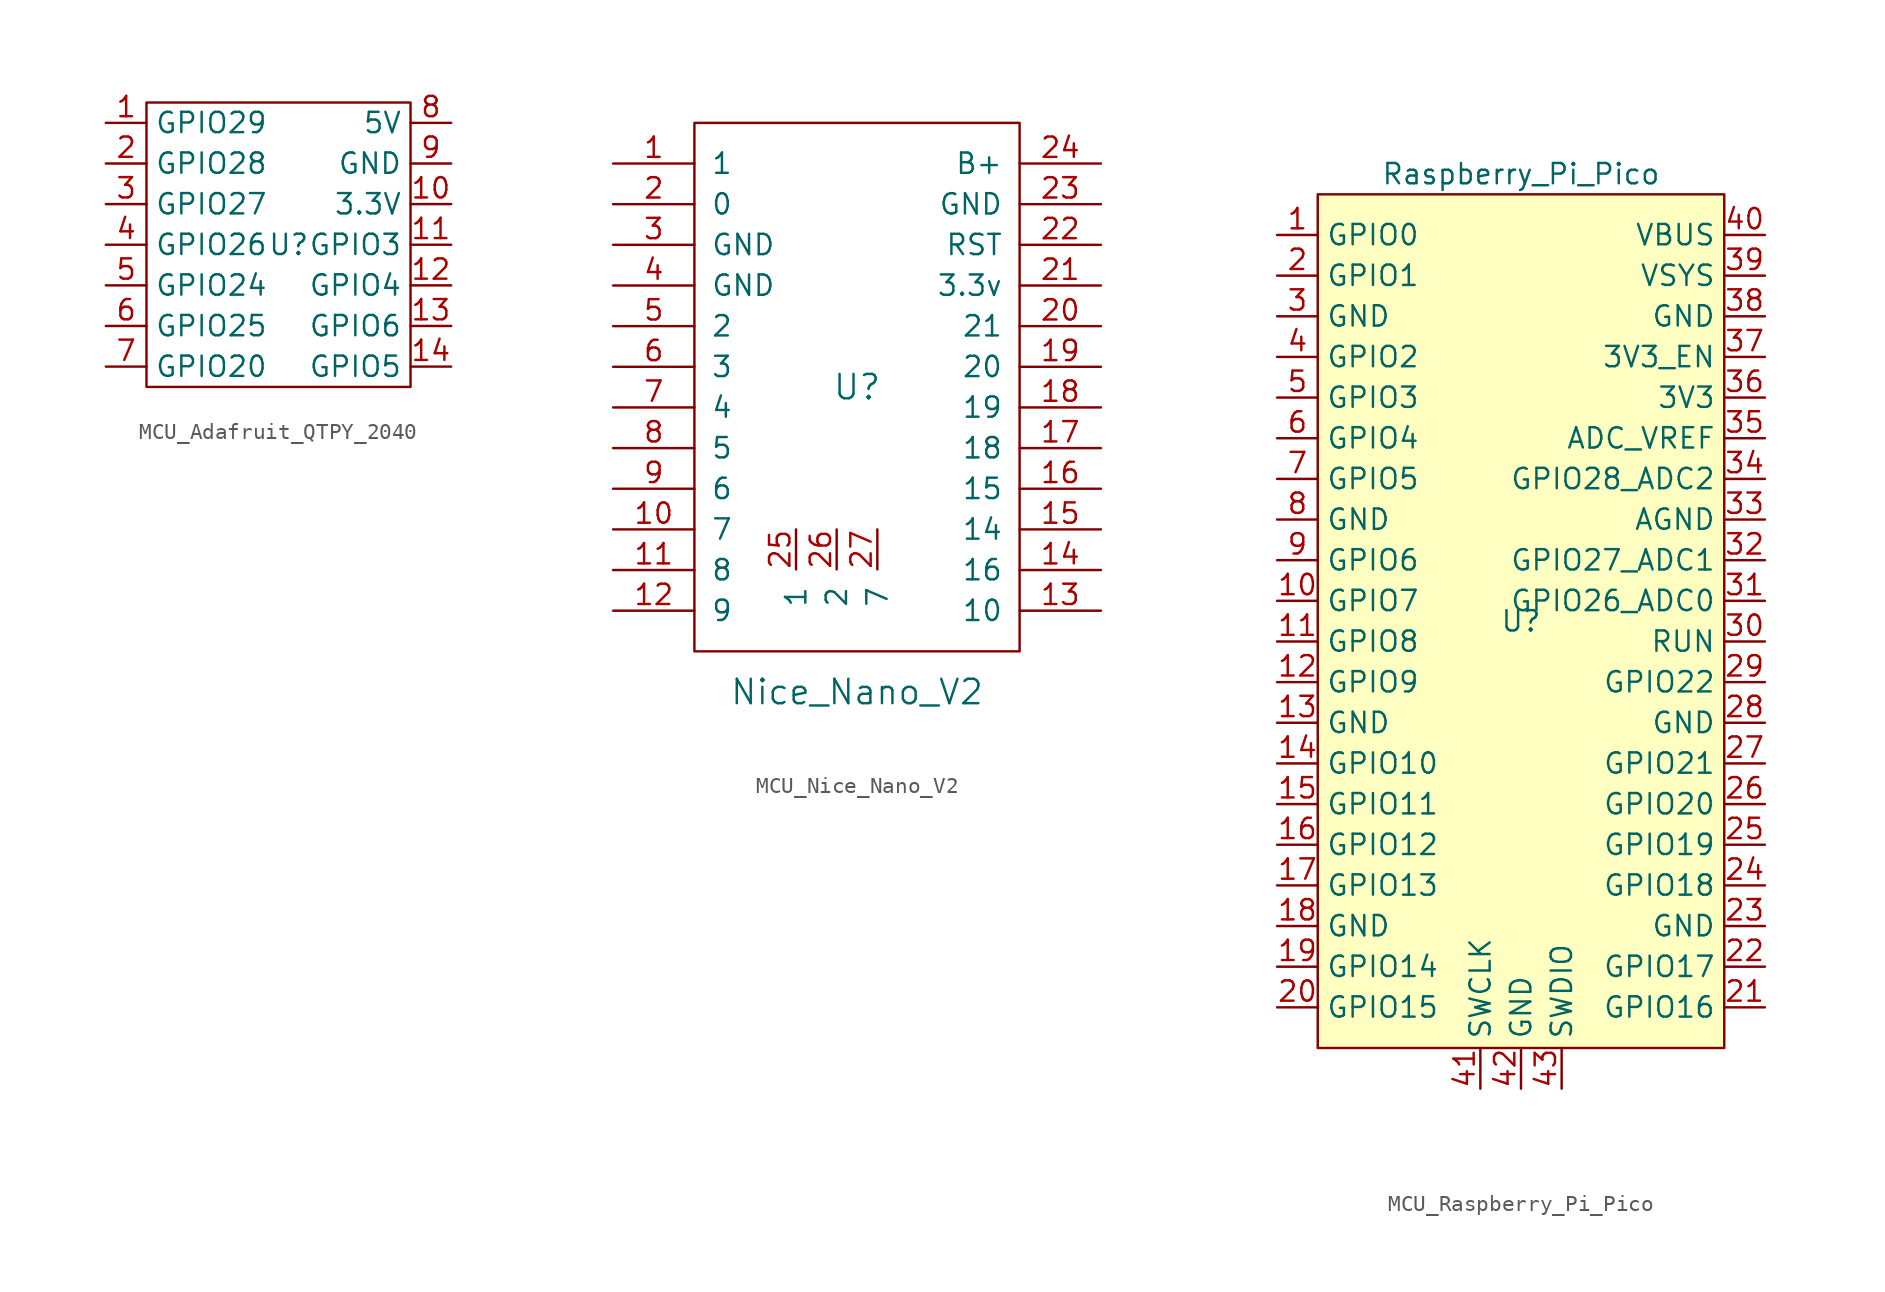
<source format=kicad_sym>
(kicad_symbol_lib
  (version 20241209)
  (generator "kicad_symbol_editor")
  (generator_version "9.0")
  (symbol "MCU_Adafruit_QTPY_2040"
    (property "Reference" "U"
      (at 0 0 0)
      (effects (font (size 1.27 1.27))))
    (property "Value" ""
      (at 0 0 0)
      (effects (font (size 1.27 1.27))))
    (symbol "MCU_Adafruit_QTPY_2040_0_1"
      (rectangle (start -8.89 8.89) (end 7.62 -8.89) (stroke (width 0) (type default)) (fill (type none))))
    (symbol "MCU_Adafruit_QTPY_2040_1_1"
      (pin input line (at -11.43 7.62 0) (length 2.54) (name "GPIO29" (effects (font (size 1.27 1.27)))) (number "1" (effects (font (size 1.27 1.27)))))
      (pin input line (at -11.43 5.08 0) (length 2.54) (name "GPIO28" (effects (font (size 1.27 1.27)))) (number "2" (effects (font (size 1.27 1.27)))))
      (pin input line (at -11.43 2.54 0) (length 2.54) (name "GPIO27" (effects (font (size 1.27 1.27)))) (number "3" (effects (font (size 1.27 1.27)))))
      (pin input line (at -11.43 0 0) (length 2.54) (name "GPIO26" (effects (font (size 1.27 1.27)))) (number "4" (effects (font (size 1.27 1.27)))))
      (pin input line (at -11.43 -2.54 0) (length 2.54) (name "GPIO24" (effects (font (size 1.27 1.27)))) (number "5" (effects (font (size 1.27 1.27)))))
      (pin input line (at -11.43 -5.08 0) (length 2.54) (name "GPIO25" (effects (font (size 1.27 1.27)))) (number "6" (effects (font (size 1.27 1.27)))))
      (pin input line (at -11.43 -7.62 0) (length 2.54) (name "GPIO20" (effects (font (size 1.27 1.27)))) (number "7" (effects (font (size 1.27 1.27)))))
      (pin input line (at 10.16 7.62 180) (length 2.54) (name "5V" (effects (font (size 1.27 1.27)))) (number "8" (effects (font (size 1.27 1.27)))))
      (pin input line (at 10.16 5.08 180) (length 2.54) (name "GND" (effects (font (size 1.27 1.27)))) (number "9" (effects (font (size 1.27 1.27)))))
      (pin input line (at 10.16 2.54 180) (length 2.54) (name "3.3V" (effects (font (size 1.27 1.27)))) (number "10" (effects (font (size 1.27 1.27)))))
      (pin input line (at 10.16 0 180) (length 2.54) (name "GPIO3" (effects (font (size 1.27 1.27)))) (number "11" (effects (font (size 1.27 1.27)))))
      (pin input line (at 10.16 -2.54 180) (length 2.54) (name "GPIO4" (effects (font (size 1.27 1.27)))) (number "12" (effects (font (size 1.27 1.27)))))
      (pin input line (at 10.16 -5.08 180) (length 2.54) (name "GPIO6" (effects (font (size 1.27 1.27)))) (number "13" (effects (font (size 1.27 1.27)))))
      (pin input line (at 10.16 -7.62 180) (length 2.54) (name "GPIO5" (effects (font (size 1.27 1.27)))) (number "14" (effects (font (size 1.27 1.27)))))))
  (symbol "MCU_Nice_Nano_V2"
    (pin_names
      (offset 1.016))
    (property "Reference" "U"
      (at 0 0 0)
      (effects (font (size 1.524 1.524))))
    (property "Value" "Nice_Nano_V2"
      (at 0 -19.05 0)
      (effects (font (size 1.524 1.524))))
    (symbol "MCU_Nice_Nano_V2_0_1"
      (rectangle (start -10.16 16.51) (end 10.16 -16.51) (stroke (width 0) (type solid)) (fill (type none))))
    (symbol "MCU_Nice_Nano_V2_1_1"
      (pin input line (at -15.24 13.97 0) (length 5.08) (name "1" (effects (font (size 1.27 1.27)))) (number "1" (effects (font (size 1.27 1.27)))))
      (pin input line (at -15.24 11.43 0) (length 5.08) (name "0" (effects (font (size 1.27 1.27)))) (number "2" (effects (font (size 1.27 1.27)))))
      (pin input line (at -15.24 8.89 0) (length 5.08) (name "GND" (effects (font (size 1.27 1.27)))) (number "3" (effects (font (size 1.27 1.27)))))
      (pin input line (at -15.24 6.35 0) (length 5.08) (name "GND" (effects (font (size 1.27 1.27)))) (number "4" (effects (font (size 1.27 1.27)))))
      (pin input line (at -15.24 3.81 0) (length 5.08) (name "2" (effects (font (size 1.27 1.27)))) (number "5" (effects (font (size 1.27 1.27)))))
      (pin input line (at -15.24 1.27 0) (length 5.08) (name "3" (effects (font (size 1.27 1.27)))) (number "6" (effects (font (size 1.27 1.27)))))
      (pin input line (at -15.24 -1.27 0) (length 5.08) (name "4" (effects (font (size 1.27 1.27)))) (number "7" (effects (font (size 1.27 1.27)))))
      (pin input line (at -15.24 -3.81 0) (length 5.08) (name "5" (effects (font (size 1.27 1.27)))) (number "8" (effects (font (size 1.27 1.27)))))
      (pin input line (at -15.24 -6.35 0) (length 5.08) (name "6" (effects (font (size 1.27 1.27)))) (number "9" (effects (font (size 1.27 1.27)))))
      (pin input line (at -15.24 -8.89 0) (length 5.08) (name "7" (effects (font (size 1.27 1.27)))) (number "10" (effects (font (size 1.27 1.27)))))
      (pin input line (at -15.24 -11.43 0) (length 5.08) (name "8" (effects (font (size 1.27 1.27)))) (number "11" (effects (font (size 1.27 1.27)))))
      (pin input line (at -15.24 -13.97 0) (length 5.08) (name "9" (effects (font (size 1.27 1.27)))) (number "12" (effects (font (size 1.27 1.27)))))
      (pin input line (at -3.81 -8.89 270) (length 2.5) (name "1" (effects (font (size 1.27 1.27)))) (number "25" (effects (font (size 1.27 1.27)))))
      (pin input line (at -1.27 -8.89 270) (length 2.5) (name "2" (effects (font (size 1.27 1.27)))) (number "26" (effects (font (size 1.27 1.27)))))
      (pin input line (at 1.27 -8.89 270) (length 2.5) (name "7" (effects (font (size 1.27 1.27)))) (number "27" (effects (font (size 1.27 1.27)))))
      (pin input line (at 15.24 13.97 180) (length 5.08) (name "B+" (effects (font (size 1.27 1.27)))) (number "24" (effects (font (size 1.27 1.27)))))
      (pin input line (at 15.24 11.43 180) (length 5.08) (name "GND" (effects (font (size 1.27 1.27)))) (number "23" (effects (font (size 1.27 1.27)))))
      (pin input line (at 15.24 8.89 180) (length 5.08) (name "RST" (effects (font (size 1.27 1.27)))) (number "22" (effects (font (size 1.27 1.27)))))
      (pin input line (at 15.24 6.35 180) (length 5.08) (name "3.3v" (effects (font (size 1.27 1.27)))) (number "21" (effects (font (size 1.27 1.27)))))
      (pin input line (at 15.24 3.81 180) (length 5.08) (name "21" (effects (font (size 1.27 1.27)))) (number "20" (effects (font (size 1.27 1.27)))))
      (pin input line (at 15.24 1.27 180) (length 5.08) (name "20" (effects (font (size 1.27 1.27)))) (number "19" (effects (font (size 1.27 1.27)))))
      (pin input line (at 15.24 -1.27 180) (length 5.08) (name "19" (effects (font (size 1.27 1.27)))) (number "18" (effects (font (size 1.27 1.27)))))
      (pin input line (at 15.24 -3.81 180) (length 5.08) (name "18" (effects (font (size 1.27 1.27)))) (number "17" (effects (font (size 1.27 1.27)))))
      (pin input line (at 15.24 -6.35 180) (length 5.08) (name "15" (effects (font (size 1.27 1.27)))) (number "16" (effects (font (size 1.27 1.27)))))
      (pin input line (at 15.24 -8.89 180) (length 5.08) (name "14" (effects (font (size 1.27 1.27)))) (number "15" (effects (font (size 1.27 1.27)))))
      (pin input line (at 15.24 -11.43 180) (length 5.08) (name "16" (effects (font (size 1.27 1.27)))) (number "14" (effects (font (size 1.27 1.27)))))
      (pin input line (at 15.24 -13.97 180) (length 5.08) (name "10" (effects (font (size 1.27 1.27)))) (number "13" (effects (font (size 1.27 1.27)))))))
  (symbol "MCU_Raspberry_Pi_Pico"
    (property "Reference" "U"
      (at 0 0 0)
      (effects (font (size 1.27 1.27))))
    (property "Value" "Raspberry_Pi_Pico"
      (at 0 27.94 0)
      (effects (font (size 1.27 1.27))))
    (symbol "MCU_Raspberry_Pi_Pico_0_1"
      (rectangle (start -12.7 26.67) (end 12.7 -26.67) (stroke (width 0) (type default)) (fill (type background))))
    (symbol "MCU_Raspberry_Pi_Pico_1_1"
      (pin bidirectional line (at -15.24 24.13 0) (length 2.54) (name "GPIO0" (effects (font (size 1.27 1.27)))) (number "1" (effects (font (size 1.27 1.27)))))
      (pin bidirectional line (at -15.24 21.59 0) (length 2.54) (name "GPIO1" (effects (font (size 1.27 1.27)))) (number "2" (effects (font (size 1.27 1.27)))))
      (pin power_in line (at -15.24 19.05 0) (length 2.54) (name "GND" (effects (font (size 1.27 1.27)))) (number "3" (effects (font (size 1.27 1.27)))))
      (pin bidirectional line (at -15.24 16.51 0) (length 2.54) (name "GPIO2" (effects (font (size 1.27 1.27)))) (number "4" (effects (font (size 1.27 1.27)))))
      (pin bidirectional line (at -15.24 13.97 0) (length 2.54) (name "GPIO3" (effects (font (size 1.27 1.27)))) (number "5" (effects (font (size 1.27 1.27)))))
      (pin bidirectional line (at -15.24 11.43 0) (length 2.54) (name "GPIO4" (effects (font (size 1.27 1.27)))) (number "6" (effects (font (size 1.27 1.27)))))
      (pin bidirectional line (at -15.24 8.89 0) (length 2.54) (name "GPIO5" (effects (font (size 1.27 1.27)))) (number "7" (effects (font (size 1.27 1.27)))))
      (pin power_in line (at -15.24 6.35 0) (length 2.54) (name "GND" (effects (font (size 1.27 1.27)))) (number "8" (effects (font (size 1.27 1.27)))))
      (pin bidirectional line (at -15.24 3.81 0) (length 2.54) (name "GPIO6" (effects (font (size 1.27 1.27)))) (number "9" (effects (font (size 1.27 1.27)))))
      (pin bidirectional line (at -15.24 1.27 0) (length 2.54) (name "GPIO7" (effects (font (size 1.27 1.27)))) (number "10" (effects (font (size 1.27 1.27)))))
      (pin bidirectional line (at -15.24 -1.27 0) (length 2.54) (name "GPIO8" (effects (font (size 1.27 1.27)))) (number "11" (effects (font (size 1.27 1.27)))))
      (pin bidirectional line (at -15.24 -3.81 0) (length 2.54) (name "GPIO9" (effects (font (size 1.27 1.27)))) (number "12" (effects (font (size 1.27 1.27)))))
      (pin power_in line (at -15.24 -6.35 0) (length 2.54) (name "GND" (effects (font (size 1.27 1.27)))) (number "13" (effects (font (size 1.27 1.27)))))
      (pin bidirectional line (at -15.24 -8.89 0) (length 2.54) (name "GPIO10" (effects (font (size 1.27 1.27)))) (number "14" (effects (font (size 1.27 1.27)))))
      (pin bidirectional line (at -15.24 -11.43 0) (length 2.54) (name "GPIO11" (effects (font (size 1.27 1.27)))) (number "15" (effects (font (size 1.27 1.27)))))
      (pin bidirectional line (at -15.24 -13.97 0) (length 2.54) (name "GPIO12" (effects (font (size 1.27 1.27)))) (number "16" (effects (font (size 1.27 1.27)))))
      (pin bidirectional line (at -15.24 -16.51 0) (length 2.54) (name "GPIO13" (effects (font (size 1.27 1.27)))) (number "17" (effects (font (size 1.27 1.27)))))
      (pin power_in line (at -15.24 -19.05 0) (length 2.54) (name "GND" (effects (font (size 1.27 1.27)))) (number "18" (effects (font (size 1.27 1.27)))))
      (pin bidirectional line (at -15.24 -21.59 0) (length 2.54) (name "GPIO14" (effects (font (size 1.27 1.27)))) (number "19" (effects (font (size 1.27 1.27)))))
      (pin bidirectional line (at -15.24 -24.13 0) (length 2.54) (name "GPIO15" (effects (font (size 1.27 1.27)))) (number "20" (effects (font (size 1.27 1.27)))))
      (pin input line (at -2.54 -29.21 90) (length 2.54) (name "SWCLK" (effects (font (size 1.27 1.27)))) (number "41" (effects (font (size 1.27 1.27)))))
      (pin power_in line (at 0 -29.21 90) (length 2.54) (name "GND" (effects (font (size 1.27 1.27)))) (number "42" (effects (font (size 1.27 1.27)))))
      (pin bidirectional line (at 2.54 -29.21 90) (length 2.54) (name "SWDIO" (effects (font (size 1.27 1.27)))) (number "43" (effects (font (size 1.27 1.27)))))
      (pin power_in line (at 15.24 24.13 180) (length 2.54) (name "VBUS" (effects (font (size 1.27 1.27)))) (number "40" (effects (font (size 1.27 1.27)))))
      (pin power_in line (at 15.24 21.59 180) (length 2.54) (name "VSYS" (effects (font (size 1.27 1.27)))) (number "39" (effects (font (size 1.27 1.27)))))
      (pin bidirectional line (at 15.24 19.05 180) (length 2.54) (name "GND" (effects (font (size 1.27 1.27)))) (number "38" (effects (font (size 1.27 1.27)))))
      (pin input line (at 15.24 16.51 180) (length 2.54) (name "3V3_EN" (effects (font (size 1.27 1.27)))) (number "37" (effects (font (size 1.27 1.27)))))
      (pin power_in line (at 15.24 13.97 180) (length 2.54) (name "3V3" (effects (font (size 1.27 1.27)))) (number "36" (effects (font (size 1.27 1.27)))))
      (pin power_in line (at 15.24 11.43 180) (length 2.54) (name "ADC_VREF" (effects (font (size 1.27 1.27)))) (number "35" (effects (font (size 1.27 1.27)))))
      (pin bidirectional line (at 15.24 8.89 180) (length 2.54) (name "GPIO28_ADC2" (effects (font (size 1.27 1.27)))) (number "34" (effects (font (size 1.27 1.27)))))
      (pin power_in line (at 15.24 6.35 180) (length 2.54) (name "AGND" (effects (font (size 1.27 1.27)))) (number "33" (effects (font (size 1.27 1.27)))))
      (pin bidirectional line (at 15.24 3.81 180) (length 2.54) (name "GPIO27_ADC1" (effects (font (size 1.27 1.27)))) (number "32" (effects (font (size 1.27 1.27)))))
      (pin bidirectional line (at 15.24 1.27 180) (length 2.54) (name "GPIO26_ADC0" (effects (font (size 1.27 1.27)))) (number "31" (effects (font (size 1.27 1.27)))))
      (pin input line (at 15.24 -1.27 180) (length 2.54) (name "RUN" (effects (font (size 1.27 1.27)))) (number "30" (effects (font (size 1.27 1.27)))))
      (pin bidirectional line (at 15.24 -3.81 180) (length 2.54) (name "GPIO22" (effects (font (size 1.27 1.27)))) (number "29" (effects (font (size 1.27 1.27)))))
      (pin power_in line (at 15.24 -6.35 180) (length 2.54) (name "GND" (effects (font (size 1.27 1.27)))) (number "28" (effects (font (size 1.27 1.27)))))
      (pin bidirectional line (at 15.24 -8.89 180) (length 2.54) (name "GPIO21" (effects (font (size 1.27 1.27)))) (number "27" (effects (font (size 1.27 1.27)))))
      (pin bidirectional line (at 15.24 -11.43 180) (length 2.54) (name "GPIO20" (effects (font (size 1.27 1.27)))) (number "26" (effects (font (size 1.27 1.27)))))
      (pin bidirectional line (at 15.24 -13.97 180) (length 2.54) (name "GPIO19" (effects (font (size 1.27 1.27)))) (number "25" (effects (font (size 1.27 1.27)))))
      (pin bidirectional line (at 15.24 -16.51 180) (length 2.54) (name "GPIO18" (effects (font (size 1.27 1.27)))) (number "24" (effects (font (size 1.27 1.27)))))
      (pin power_in line (at 15.24 -19.05 180) (length 2.54) (name "GND" (effects (font (size 1.27 1.27)))) (number "23" (effects (font (size 1.27 1.27)))))
      (pin bidirectional line (at 15.24 -21.59 180) (length 2.54) (name "GPIO17" (effects (font (size 1.27 1.27)))) (number "22" (effects (font (size 1.27 1.27)))))
      (pin bidirectional line (at 15.24 -24.13 180) (length 2.54) (name "GPIO16" (effects (font (size 1.27 1.27)))) (number "21" (effects (font (size 1.27 1.27))))))))
</source>
